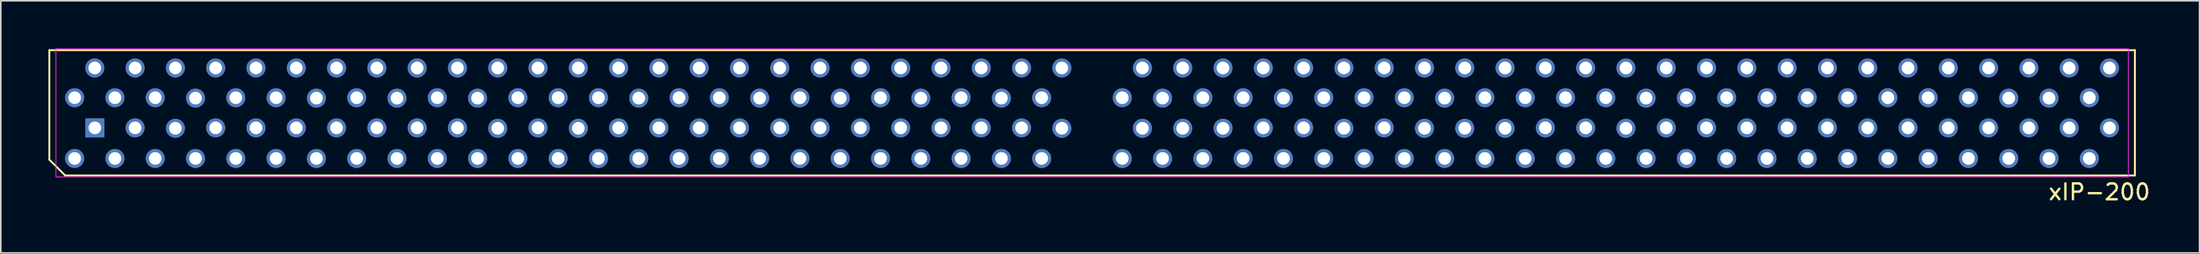
<source format=kicad_pcb>
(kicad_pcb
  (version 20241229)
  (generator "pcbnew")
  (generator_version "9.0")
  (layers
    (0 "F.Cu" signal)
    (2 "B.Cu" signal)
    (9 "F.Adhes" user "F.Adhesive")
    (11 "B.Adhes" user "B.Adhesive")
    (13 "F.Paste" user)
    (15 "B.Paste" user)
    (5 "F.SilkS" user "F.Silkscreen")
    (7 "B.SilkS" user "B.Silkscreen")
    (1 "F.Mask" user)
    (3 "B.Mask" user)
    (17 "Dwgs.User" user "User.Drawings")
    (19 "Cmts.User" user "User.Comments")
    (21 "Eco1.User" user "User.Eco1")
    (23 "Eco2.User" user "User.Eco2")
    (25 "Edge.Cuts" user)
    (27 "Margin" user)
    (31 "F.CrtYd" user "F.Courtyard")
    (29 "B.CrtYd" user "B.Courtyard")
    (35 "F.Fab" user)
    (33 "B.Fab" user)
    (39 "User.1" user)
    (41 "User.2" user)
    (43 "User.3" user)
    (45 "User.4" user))
  (footprint "xIP-200"
    (layer "F.Cu")
    (at 65.795 5.98)
    (property "Reference" "xIP-200" (at 63.496 3.099 0) (layer "F.SilkS") (effects (font (size 1 1) (thickness 0.15))))
    (attr through_hole)
    (fp_line (start -65.735 -5.862) (end 65.735 -5.862) (stroke (width 0.12) (type solid)) (layer "F.SilkS"))
    (fp_line (start -65.735 1.052) (end -65.735 -5.862) (stroke (width 0.12) (type solid)) (layer "F.SilkS"))
    (fp_line (start -64.735 2.053) (end -65.735 1.052) (stroke (width 0.12) (type solid)) (layer "F.SilkS"))
    (fp_line (start 65.735 -5.862) (end 65.735 2.053) (stroke (width 0.12) (type solid)) (layer "F.SilkS"))
    (fp_line (start 65.735 2.053) (end -64.735 2.053) (stroke (width 0.12) (type solid)) (layer "F.SilkS"))
    (fp_line (start -65.32 -5.955) (end 65.32 -5.955) (stroke (width 0.05) (type solid)) (layer "F.CrtYd"))
    (fp_line (start -65.32 2.145) (end -65.32 -5.955) (stroke (width 0.05) (type solid)) (layer "F.CrtYd"))
    (fp_line (start 65.32 -5.955) (end 65.32 2.145) (stroke (width 0.05) (type solid)) (layer "F.CrtYd"))
    (fp_line (start 65.32 2.145) (end -65.32 2.145) (stroke (width 0.05) (type solid)) (layer "F.CrtYd"))
    (pad "1" thru_hole rect (at -62.865 -0.953 180) (size 1.2 1.2) (drill 0.8) (layers "*.Cu" "*.Mask"))
    (pad "2" thru_hole oval (at -64.139 0.978 180) (size 1.2 1.2) (drill 0.8) (layers "*.Cu" "*.Mask"))
    (pad "3" thru_hole oval (at -62.869 -4.737 180) (size 1.2 1.2) (drill 0.8) (layers "*.Cu" "*.Mask"))
    (pad "4" thru_hole oval (at -64.139 -2.857 180) (size 1.2 1.2) (drill 0.8) (layers "*.Cu" "*.Mask"))
    (pad "5" thru_hole oval (at -60.329 -0.953 180) (size 1.2 1.2) (drill 0.8) (layers "*.Cu" "*.Mask"))
    (pad "6" thru_hole oval (at -61.599 0.978 180) (size 1.2 1.2) (drill 0.8) (layers "*.Cu" "*.Mask"))
    (pad "7" thru_hole oval (at -60.329 -4.737 180) (size 1.2 1.2) (drill 0.8) (layers "*.Cu" "*.Mask"))
    (pad "8" thru_hole oval (at -61.599 -2.857 180) (size 1.2 1.2) (drill 0.8) (layers "*.Cu" "*.Mask"))
    (pad "9" thru_hole oval (at -57.789 -0.927 180) (size 1.2 1.2) (drill 0.8) (layers "*.Cu" "*.Mask"))
    (pad "10" thru_hole oval (at -59.059 0.978 180) (size 1.2 1.2) (drill 0.8) (layers "*.Cu" "*.Mask"))
    (pad "11" thru_hole oval (at -57.789 -4.737 180) (size 1.2 1.2) (drill 0.8) (layers "*.Cu" "*.Mask"))
    (pad "12" thru_hole oval (at -59.059 -2.857 180) (size 1.2 1.2) (drill 0.8) (layers "*.Cu" "*.Mask"))
    (pad "13" thru_hole oval (at -55.249 -0.953 180) (size 1.2 1.2) (drill 0.8) (layers "*.Cu" "*.Mask"))
    (pad "14" thru_hole oval (at -56.519 0.978 180) (size 1.2 1.2) (drill 0.8) (layers "*.Cu" "*.Mask"))
    (pad "15" thru_hole oval (at -55.249 -4.737 180) (size 1.2 1.2) (drill 0.8) (layers "*.Cu" "*.Mask"))
    (pad "16" thru_hole oval (at -56.519 -2.832 180) (size 1.2 1.2) (drill 0.8) (layers "*.Cu" "*.Mask"))
    (pad "17" thru_hole oval (at -52.709 -0.953 180) (size 1.2 1.2) (drill 0.8) (layers "*.Cu" "*.Mask"))
    (pad "18" thru_hole oval (at -53.979 0.978 180) (size 1.2 1.2) (drill 0.8) (layers "*.Cu" "*.Mask"))
    (pad "19" thru_hole oval (at -52.709 -4.737 180) (size 1.2 1.2) (drill 0.8) (layers "*.Cu" "*.Mask"))
    (pad "20" thru_hole oval (at -53.979 -2.857 180) (size 1.2 1.2) (drill 0.8) (layers "*.Cu" "*.Mask"))
    (pad "21" thru_hole oval (at -50.169 -0.953 180) (size 1.2 1.2) (drill 0.8) (layers "*.Cu" "*.Mask"))
    (pad "22" thru_hole oval (at -51.439 0.978 180) (size 1.2 1.2) (drill 0.8) (layers "*.Cu" "*.Mask"))
    (pad "23" thru_hole oval (at -50.169 -4.737 180) (size 1.2 1.2) (drill 0.8) (layers "*.Cu" "*.Mask"))
    (pad "24" thru_hole oval (at -51.439 -2.857 180) (size 1.2 1.2) (drill 0.8) (layers "*.Cu" "*.Mask"))
    (pad "25" thru_hole oval (at -47.629 -0.953 180) (size 1.2 1.2) (drill 0.8) (layers "*.Cu" "*.Mask"))
    (pad "26" thru_hole oval (at -48.899 0.978 180) (size 1.2 1.2) (drill 0.8) (layers "*.Cu" "*.Mask"))
    (pad "27" thru_hole oval (at -47.629 -4.737 180) (size 1.2 1.2) (drill 0.8) (layers "*.Cu" "*.Mask"))
    (pad "28" thru_hole oval (at -48.899 -2.832 180) (size 1.2 1.2) (drill 0.8) (layers "*.Cu" "*.Mask"))
    (pad "29" thru_hole oval (at -45.089 -0.953 180) (size 1.2 1.2) (drill 0.8) (layers "*.Cu" "*.Mask"))
    (pad "30" thru_hole oval (at -46.359 0.978 180) (size 1.2 1.2) (drill 0.8) (layers "*.Cu" "*.Mask"))
    (pad "31" thru_hole oval (at -45.089 -4.737 180) (size 1.2 1.2) (drill 0.8) (layers "*.Cu" "*.Mask"))
    (pad "32" thru_hole oval (at -46.359 -2.857 180) (size 1.2 1.2) (drill 0.8) (layers "*.Cu" "*.Mask"))
    (pad "33" thru_hole oval (at -42.549 -0.953 180) (size 1.2 1.2) (drill 0.8) (layers "*.Cu" "*.Mask"))
    (pad "34" thru_hole oval (at -43.819 0.978 180) (size 1.2 1.2) (drill 0.8) (layers "*.Cu" "*.Mask"))
    (pad "35" thru_hole oval (at -42.549 -4.737 180) (size 1.2 1.2) (drill 0.8) (layers "*.Cu" "*.Mask"))
    (pad "36" thru_hole oval (at -43.819 -2.832 180) (size 1.2 1.2) (drill 0.8) (layers "*.Cu" "*.Mask"))
    (pad "37" thru_hole oval (at -40.009 -0.953 180) (size 1.2 1.2) (drill 0.8) (layers "*.Cu" "*.Mask"))
    (pad "38" thru_hole oval (at -41.279 0.978 180) (size 1.2 1.2) (drill 0.8) (layers "*.Cu" "*.Mask"))
    (pad "39" thru_hole oval (at -40.009 -4.737 180) (size 1.2 1.2) (drill 0.8) (layers "*.Cu" "*.Mask"))
    (pad "40" thru_hole oval (at -41.279 -2.857 180) (size 1.2 1.2) (drill 0.8) (layers "*.Cu" "*.Mask"))
    (pad "41" thru_hole oval (at -37.469 -0.927 180) (size 1.2 1.2) (drill 0.8) (layers "*.Cu" "*.Mask"))
    (pad "42" thru_hole oval (at -38.739 0.978 180) (size 1.2 1.2) (drill 0.8) (layers "*.Cu" "*.Mask"))
    (pad "43" thru_hole oval (at -37.469 -4.737 180) (size 1.2 1.2) (drill 0.8) (layers "*.Cu" "*.Mask"))
    (pad "44" thru_hole oval (at -38.739 -2.832 180) (size 1.2 1.2) (drill 0.8) (layers "*.Cu" "*.Mask"))
    (pad "45" thru_hole oval (at -34.929 -0.953 180) (size 1.2 1.2) (drill 0.8) (layers "*.Cu" "*.Mask"))
    (pad "46" thru_hole oval (at -36.199 0.978 180) (size 1.2 1.2) (drill 0.8) (layers "*.Cu" "*.Mask"))
    (pad "47" thru_hole oval (at -34.929 -4.737 180) (size 1.2 1.2) (drill 0.8) (layers "*.Cu" "*.Mask"))
    (pad "48" thru_hole oval (at -36.199 -2.857 180) (size 1.2 1.2) (drill 0.8) (layers "*.Cu" "*.Mask"))
    (pad "49" thru_hole oval (at -32.389 -0.927 180) (size 1.2 1.2) (drill 0.8) (layers "*.Cu" "*.Mask"))
    (pad "50" thru_hole oval (at -33.659 0.978 180) (size 1.2 1.2) (drill 0.8) (layers "*.Cu" "*.Mask"))
    (pad "51" thru_hole oval (at -32.389 -4.737 180) (size 1.2 1.2) (drill 0.8) (layers "*.Cu" "*.Mask"))
    (pad "52" thru_hole oval (at -33.659 -2.857 180) (size 1.2 1.2) (drill 0.8) (layers "*.Cu" "*.Mask"))
    (pad "53" thru_hole oval (at -29.849 -0.953 180) (size 1.2 1.2) (drill 0.8) (layers "*.Cu" "*.Mask"))
    (pad "54" thru_hole oval (at -31.119 0.978 180) (size 1.2 1.2) (drill 0.8) (layers "*.Cu" "*.Mask"))
    (pad "55" thru_hole oval (at -29.849 -4.737 180) (size 1.2 1.2) (drill 0.8) (layers "*.Cu" "*.Mask"))
    (pad "56" thru_hole oval (at -31.119 -2.857 180) (size 1.2 1.2) (drill 0.8) (layers "*.Cu" "*.Mask"))
    (pad "57" thru_hole oval (at -27.309 -0.953 180) (size 1.2 1.2) (drill 0.8) (layers "*.Cu" "*.Mask"))
    (pad "58" thru_hole oval (at -28.579 0.978 180) (size 1.2 1.2) (drill 0.8) (layers "*.Cu" "*.Mask"))
    (pad "59" thru_hole oval (at -27.309 -4.737 180) (size 1.2 1.2) (drill 0.8) (layers "*.Cu" "*.Mask"))
    (pad "60" thru_hole oval (at -28.579 -2.832 180) (size 1.2 1.2) (drill 0.8) (layers "*.Cu" "*.Mask"))
    (pad "61" thru_hole oval (at -24.769 -0.953 180) (size 1.2 1.2) (drill 0.8) (layers "*.Cu" "*.Mask"))
    (pad "62" thru_hole oval (at -26.039 0.978 180) (size 1.2 1.2) (drill 0.8) (layers "*.Cu" "*.Mask"))
    (pad "63" thru_hole oval (at -24.769 -4.737 180) (size 1.2 1.2) (drill 0.8) (layers "*.Cu" "*.Mask"))
    (pad "64" thru_hole oval (at -26.039 -2.857 180) (size 1.2 1.2) (drill 0.8) (layers "*.Cu" "*.Mask"))
    (pad "65" thru_hole oval (at -22.229 -0.953 180) (size 1.2 1.2) (drill 0.8) (layers "*.Cu" "*.Mask"))
    (pad "66" thru_hole oval (at -23.499 0.978 180) (size 1.2 1.2) (drill 0.8) (layers "*.Cu" "*.Mask"))
    (pad "67" thru_hole oval (at -22.229 -4.737 180) (size 1.2 1.2) (drill 0.8) (layers "*.Cu" "*.Mask"))
    (pad "68" thru_hole oval (at -23.499 -2.857 180) (size 1.2 1.2) (drill 0.8) (layers "*.Cu" "*.Mask"))
    (pad "69" thru_hole oval (at -19.689 -0.953 180) (size 1.2 1.2) (drill 0.8) (layers "*.Cu" "*.Mask"))
    (pad "70" thru_hole oval (at -20.959 0.978 180) (size 1.2 1.2) (drill 0.8) (layers "*.Cu" "*.Mask"))
    (pad "71" thru_hole oval (at -19.689 -4.737 180) (size 1.2 1.2) (drill 0.8) (layers "*.Cu" "*.Mask"))
    (pad "72" thru_hole oval (at -20.959 -2.832 180) (size 1.2 1.2) (drill 0.8) (layers "*.Cu" "*.Mask"))
    (pad "73" thru_hole oval (at -17.149 -0.953 180) (size 1.2 1.2) (drill 0.8) (layers "*.Cu" "*.Mask"))
    (pad "74" thru_hole oval (at -18.419 0.978 180) (size 1.2 1.2) (drill 0.8) (layers "*.Cu" "*.Mask"))
    (pad "75" thru_hole oval (at -17.149 -4.737 180) (size 1.2 1.2) (drill 0.8) (layers "*.Cu" "*.Mask"))
    (pad "76" thru_hole oval (at -18.419 -2.857 180) (size 1.2 1.2) (drill 0.8) (layers "*.Cu" "*.Mask"))
    (pad "77" thru_hole oval (at -14.609 -0.953 180) (size 1.2 1.2) (drill 0.8) (layers "*.Cu" "*.Mask"))
    (pad "78" thru_hole oval (at -15.879 0.978 180) (size 1.2 1.2) (drill 0.8) (layers "*.Cu" "*.Mask"))
    (pad "79" thru_hole oval (at -14.609 -4.737 180) (size 1.2 1.2) (drill 0.8) (layers "*.Cu" "*.Mask"))
    (pad "80" thru_hole oval (at -15.879 -2.832 180) (size 1.2 1.2) (drill 0.8) (layers "*.Cu" "*.Mask"))
    (pad "81" thru_hole oval (at -12.069 -0.953 180) (size 1.2 1.2) (drill 0.8) (layers "*.Cu" "*.Mask"))
    (pad "82" thru_hole oval (at -13.339 0.978 180) (size 1.2 1.2) (drill 0.8) (layers "*.Cu" "*.Mask"))
    (pad "83" thru_hole oval (at -12.069 -4.737 180) (size 1.2 1.2) (drill 0.8) (layers "*.Cu" "*.Mask"))
    (pad "84" thru_hole oval (at -13.339 -2.857 180) (size 1.2 1.2) (drill 0.8) (layers "*.Cu" "*.Mask"))
    (pad "85" thru_hole oval (at -9.529 -0.953 180) (size 1.2 1.2) (drill 0.8) (layers "*.Cu" "*.Mask"))
    (pad "86" thru_hole oval (at -10.799 0.978 180) (size 1.2 1.2) (drill 0.8) (layers "*.Cu" "*.Mask"))
    (pad "87" thru_hole oval (at -9.529 -4.737 180) (size 1.2 1.2) (drill 0.8) (layers "*.Cu" "*.Mask"))
    (pad "88" thru_hole oval (at -10.799 -2.832 180) (size 1.2 1.2) (drill 0.8) (layers "*.Cu" "*.Mask"))
    (pad "89" thru_hole oval (at -6.989 -0.953 180) (size 1.2 1.2) (drill 0.8) (layers "*.Cu" "*.Mask"))
    (pad "90" thru_hole oval (at -8.259 0.978 180) (size 1.2 1.2) (drill 0.8) (layers "*.Cu" "*.Mask"))
    (pad "91" thru_hole oval (at -6.989 -4.737 180) (size 1.2 1.2) (drill 0.8) (layers "*.Cu" "*.Mask"))
    (pad "92" thru_hole oval (at -8.259 -2.857 180) (size 1.2 1.2) (drill 0.8) (layers "*.Cu" "*.Mask"))
    (pad "93" thru_hole oval (at -4.449 -0.953 180) (size 1.2 1.2) (drill 0.8) (layers "*.Cu" "*.Mask"))
    (pad "94" thru_hole oval (at -5.719 0.978 180) (size 1.2 1.2) (drill 0.8) (layers "*.Cu" "*.Mask"))
    (pad "95" thru_hole oval (at -4.449 -4.737 180) (size 1.2 1.2) (drill 0.8) (layers "*.Cu" "*.Mask"))
    (pad "96" thru_hole oval (at -5.719 -2.832 180) (size 1.2 1.2) (drill 0.8) (layers "*.Cu" "*.Mask"))
    (pad "97" thru_hole oval (at -1.909 -0.927 180) (size 1.2 1.2) (drill 0.8) (layers "*.Cu" "*.Mask"))
    (pad "98" thru_hole oval (at -3.179 0.978 180) (size 1.2 1.2) (drill 0.8) (layers "*.Cu" "*.Mask"))
    (pad "99" thru_hole oval (at -1.909 -4.737 180) (size 1.2 1.2) (drill 0.8) (layers "*.Cu" "*.Mask"))
    (pad "100" thru_hole oval (at -3.179 -2.857 180) (size 1.2 1.2) (drill 0.8) (layers "*.Cu" "*.Mask"))
    (pad "101" thru_hole oval (at 3.171 -0.927 180) (size 1.2 1.2) (drill 0.8) (layers "*.Cu" "*.Mask"))
    (pad "102" thru_hole oval (at 1.901 0.978 180) (size 1.2 1.2) (drill 0.8) (layers "*.Cu" "*.Mask"))
    (pad "103" thru_hole oval (at 3.171 -4.737 180) (size 1.2 1.2) (drill 0.8) (layers "*.Cu" "*.Mask"))
    (pad "104" thru_hole oval (at 1.901 -2.857 180) (size 1.2 1.2) (drill 0.8) (layers "*.Cu" "*.Mask"))
    (pad "105" thru_hole oval (at 5.711 -0.927 180) (size 1.2 1.2) (drill 0.8) (layers "*.Cu" "*.Mask"))
    (pad "106" thru_hole oval (at 4.441 0.978 180) (size 1.2 1.2) (drill 0.8) (layers "*.Cu" "*.Mask"))
    (pad "107" thru_hole oval (at 5.711 -4.737 180) (size 1.2 1.2) (drill 0.8) (layers "*.Cu" "*.Mask"))
    (pad "108" thru_hole oval (at 4.441 -2.832 180) (size 1.2 1.2) (drill 0.8) (layers "*.Cu" "*.Mask"))
    (pad "109" thru_hole oval (at 8.251 -0.927 180) (size 1.2 1.2) (drill 0.8) (layers "*.Cu" "*.Mask"))
    (pad "110" thru_hole oval (at 6.981 0.978 180) (size 1.2 1.2) (drill 0.8) (layers "*.Cu" "*.Mask"))
    (pad "111" thru_hole oval (at 8.251 -4.737 180) (size 1.2 1.2) (drill 0.8) (layers "*.Cu" "*.Mask"))
    (pad "112" thru_hole oval (at 6.981 -2.857 180) (size 1.2 1.2) (drill 0.8) (layers "*.Cu" "*.Mask"))
    (pad "113" thru_hole oval (at 10.791 -0.953 180) (size 1.2 1.2) (drill 0.8) (layers "*.Cu" "*.Mask"))
    (pad "114" thru_hole oval (at 9.521 0.978 180) (size 1.2 1.2) (drill 0.8) (layers "*.Cu" "*.Mask"))
    (pad "115" thru_hole oval (at 10.791 -4.737 180) (size 1.2 1.2) (drill 0.8) (layers "*.Cu" "*.Mask"))
    (pad "116" thru_hole oval (at 9.521 -2.857 180) (size 1.2 1.2) (drill 0.8) (layers "*.Cu" "*.Mask"))
    (pad "117" thru_hole oval (at 13.331 -0.953 180) (size 1.2 1.2) (drill 0.8) (layers "*.Cu" "*.Mask"))
    (pad "118" thru_hole oval (at 12.061 0.978 180) (size 1.2 1.2) (drill 0.8) (layers "*.Cu" "*.Mask"))
    (pad "119" thru_hole oval (at 13.331 -4.737 180) (size 1.2 1.2) (drill 0.8) (layers "*.Cu" "*.Mask"))
    (pad "120" thru_hole oval (at 12.061 -2.832 180) (size 1.2 1.2) (drill 0.8) (layers "*.Cu" "*.Mask"))
    (pad "121" thru_hole oval (at 15.871 -0.927 180) (size 1.2 1.2) (drill 0.8) (layers "*.Cu" "*.Mask"))
    (pad "122" thru_hole oval (at 14.601 0.978 180) (size 1.2 1.2) (drill 0.8) (layers "*.Cu" "*.Mask"))
    (pad "123" thru_hole oval (at 15.871 -4.737 180) (size 1.2 1.2) (drill 0.8) (layers "*.Cu" "*.Mask"))
    (pad "124" thru_hole oval (at 14.601 -2.857 180) (size 1.2 1.2) (drill 0.8) (layers "*.Cu" "*.Mask"))
    (pad "125" thru_hole oval (at 18.411 -0.953 180) (size 1.2 1.2) (drill 0.8) (layers "*.Cu" "*.Mask"))
    (pad "126" thru_hole oval (at 17.141 0.978 180) (size 1.2 1.2) (drill 0.8) (layers "*.Cu" "*.Mask"))
    (pad "127" thru_hole oval (at 18.411 -4.737 180) (size 1.2 1.2) (drill 0.8) (layers "*.Cu" "*.Mask"))
    (pad "128" thru_hole oval (at 17.141 -2.857 180) (size 1.2 1.2) (drill 0.8) (layers "*.Cu" "*.Mask"))
    (pad "129" thru_hole oval (at 20.951 -0.927 180) (size 1.2 1.2) (drill 0.8) (layers "*.Cu" "*.Mask"))
    (pad "130" thru_hole oval (at 19.681 0.978 180) (size 1.2 1.2) (drill 0.8) (layers "*.Cu" "*.Mask"))
    (pad "131" thru_hole oval (at 20.951 -4.737 180) (size 1.2 1.2) (drill 0.8) (layers "*.Cu" "*.Mask"))
    (pad "132" thru_hole oval (at 19.681 -2.857 180) (size 1.2 1.2) (drill 0.8) (layers "*.Cu" "*.Mask"))
    (pad "133" thru_hole oval (at 23.491 -0.927 180) (size 1.2 1.2) (drill 0.8) (layers "*.Cu" "*.Mask"))
    (pad "134" thru_hole oval (at 22.221 0.978 180) (size 1.2 1.2) (drill 0.8) (layers "*.Cu" "*.Mask"))
    (pad "135" thru_hole oval (at 23.491 -4.737 180) (size 1.2 1.2) (drill 0.8) (layers "*.Cu" "*.Mask"))
    (pad "136" thru_hole oval (at 22.221 -2.832 180) (size 1.2 1.2) (drill 0.8) (layers "*.Cu" "*.Mask"))
    (pad "137" thru_hole oval (at 26.031 -0.927 180) (size 1.2 1.2) (drill 0.8) (layers "*.Cu" "*.Mask"))
    (pad "138" thru_hole oval (at 24.761 0.978 180) (size 1.2 1.2) (drill 0.8) (layers "*.Cu" "*.Mask"))
    (pad "139" thru_hole oval (at 26.031 -4.737 180) (size 1.2 1.2) (drill 0.8) (layers "*.Cu" "*.Mask"))
    (pad "140" thru_hole oval (at 24.761 -2.857 180) (size 1.2 1.2) (drill 0.8) (layers "*.Cu" "*.Mask"))
    (pad "141" thru_hole oval (at 28.571 -0.953 180) (size 1.2 1.2) (drill 0.8) (layers "*.Cu" "*.Mask"))
    (pad "142" thru_hole oval (at 27.301 0.978 180) (size 1.2 1.2) (drill 0.8) (layers "*.Cu" "*.Mask"))
    (pad "143" thru_hole oval (at 28.571 -4.737 180) (size 1.2 1.2) (drill 0.8) (layers "*.Cu" "*.Mask"))
    (pad "144" thru_hole oval (at 27.301 -2.857 180) (size 1.2 1.2) (drill 0.8) (layers "*.Cu" "*.Mask"))
    (pad "145" thru_hole oval (at 31.115 -0.953 180) (size 1.2 1.2) (drill 0.8) (layers "*.Cu" "*.Mask"))
    (pad "146" thru_hole oval (at 29.841 0.978 180) (size 1.2 1.2) (drill 0.8) (layers "*.Cu" "*.Mask"))
    (pad "147" thru_hole oval (at 31.111 -4.737 180) (size 1.2 1.2) (drill 0.8) (layers "*.Cu" "*.Mask"))
    (pad "148" thru_hole oval (at 29.841 -2.857 180) (size 1.2 1.2) (drill 0.8) (layers "*.Cu" "*.Mask"))
    (pad "149" thru_hole oval (at 33.651 -0.927 180) (size 1.2 1.2) (drill 0.8) (layers "*.Cu" "*.Mask"))
    (pad "150" thru_hole oval (at 32.381 0.978 180) (size 1.2 1.2) (drill 0.8) (layers "*.Cu" "*.Mask"))
    (pad "151" thru_hole oval (at 33.651 -4.737 180) (size 1.2 1.2) (drill 0.8) (layers "*.Cu" "*.Mask"))
    (pad "152" thru_hole oval (at 32.381 -2.857 180) (size 1.2 1.2) (drill 0.8) (layers "*.Cu" "*.Mask"))
    (pad "153" thru_hole oval (at 36.191 -0.953 180) (size 1.2 1.2) (drill 0.8) (layers "*.Cu" "*.Mask"))
    (pad "154" thru_hole oval (at 34.921 0.978 180) (size 1.2 1.2) (drill 0.8) (layers "*.Cu" "*.Mask"))
    (pad "155" thru_hole oval (at 36.191 -4.737 180) (size 1.2 1.2) (drill 0.8) (layers "*.Cu" "*.Mask"))
    (pad "156" thru_hole oval (at 34.921 -2.832 180) (size 1.2 1.2) (drill 0.8) (layers "*.Cu" "*.Mask"))
    (pad "157" thru_hole oval (at 38.731 -0.953 180) (size 1.2 1.2) (drill 0.8) (layers "*.Cu" "*.Mask"))
    (pad "158" thru_hole oval (at 37.461 0.978 180) (size 1.2 1.2) (drill 0.8) (layers "*.Cu" "*.Mask"))
    (pad "159" thru_hole oval (at 38.731 -4.737 180) (size 1.2 1.2) (drill 0.8) (layers "*.Cu" "*.Mask"))
    (pad "160" thru_hole oval (at 37.461 -2.857 180) (size 1.2 1.2) (drill 0.8) (layers "*.Cu" "*.Mask"))
    (pad "161" thru_hole oval (at 41.275 -0.953 180) (size 1.2 1.2) (drill 0.8) (layers "*.Cu" "*.Mask"))
    (pad "162" thru_hole oval (at 40.001 0.978 180) (size 1.2 1.2) (drill 0.8) (layers "*.Cu" "*.Mask"))
    (pad "163" thru_hole oval (at 41.271 -4.737 180) (size 1.2 1.2) (drill 0.8) (layers "*.Cu" "*.Mask"))
    (pad "164" thru_hole oval (at 40.001 -2.857 180) (size 1.2 1.2) (drill 0.8) (layers "*.Cu" "*.Mask"))
    (pad "165" thru_hole oval (at 43.815 -0.953 180) (size 1.2 1.2) (drill 0.8) (layers "*.Cu" "*.Mask"))
    (pad "166" thru_hole oval (at 42.541 0.978 180) (size 1.2 1.2) (drill 0.8) (layers "*.Cu" "*.Mask"))
    (pad "167" thru_hole oval (at 43.811 -4.737 180) (size 1.2 1.2) (drill 0.8) (layers "*.Cu" "*.Mask"))
    (pad "168" thru_hole oval (at 42.541 -2.857 180) (size 1.2 1.2) (drill 0.8) (layers "*.Cu" "*.Mask"))
    (pad "169" thru_hole oval (at 46.351 -0.953 180) (size 1.2 1.2) (drill 0.8) (layers "*.Cu" "*.Mask"))
    (pad "170" thru_hole oval (at 45.081 0.978 180) (size 1.2 1.2) (drill 0.8) (layers "*.Cu" "*.Mask"))
    (pad "171" thru_hole oval (at 46.351 -4.737 180) (size 1.2 1.2) (drill 0.8) (layers "*.Cu" "*.Mask"))
    (pad "172" thru_hole oval (at 45.081 -2.857 180) (size 1.2 1.2) (drill 0.8) (layers "*.Cu" "*.Mask"))
    (pad "173" thru_hole oval (at 48.891 -0.953 180) (size 1.2 1.2) (drill 0.8) (layers "*.Cu" "*.Mask"))
    (pad "174" thru_hole oval (at 47.621 0.978 180) (size 1.2 1.2) (drill 0.8) (layers "*.Cu" "*.Mask"))
    (pad "175" thru_hole oval (at 48.891 -4.737 180) (size 1.2 1.2) (drill 0.8) (layers "*.Cu" "*.Mask"))
    (pad "176" thru_hole oval (at 47.621 -2.857 180) (size 1.2 1.2) (drill 0.8) (layers "*.Cu" "*.Mask"))
    (pad "177" thru_hole oval (at 51.431 -0.953 180) (size 1.2 1.2) (drill 0.8) (layers "*.Cu" "*.Mask"))
    (pad "178" thru_hole oval (at 50.161 0.978 180) (size 1.2 1.2) (drill 0.8) (layers "*.Cu" "*.Mask"))
    (pad "179" thru_hole oval (at 51.431 -4.737 180) (size 1.2 1.2) (drill 0.8) (layers "*.Cu" "*.Mask"))
    (pad "180" thru_hole oval (at 50.161 -2.857 180) (size 1.2 1.2) (drill 0.8) (layers "*.Cu" "*.Mask"))
    (pad "181" thru_hole oval (at 53.971 -0.953 180) (size 1.2 1.2) (drill 0.8) (layers "*.Cu" "*.Mask"))
    (pad "182" thru_hole oval (at 52.701 0.978 180) (size 1.2 1.2) (drill 0.8) (layers "*.Cu" "*.Mask"))
    (pad "183" thru_hole oval (at 53.971 -4.737 180) (size 1.2 1.2) (drill 0.8) (layers "*.Cu" "*.Mask"))
    (pad "184" thru_hole oval (at 52.701 -2.857 180) (size 1.2 1.2) (drill 0.8) (layers "*.Cu" "*.Mask"))
    (pad "185" thru_hole oval (at 56.511 -0.953 180) (size 1.2 1.2) (drill 0.8) (layers "*.Cu" "*.Mask"))
    (pad "186" thru_hole oval (at 55.241 0.978 180) (size 1.2 1.2) (drill 0.8) (layers "*.Cu" "*.Mask"))
    (pad "187" thru_hole oval (at 56.511 -4.737 180) (size 1.2 1.2) (drill 0.8) (layers "*.Cu" "*.Mask"))
    (pad "188" thru_hole oval (at 55.241 -2.857 180) (size 1.2 1.2) (drill 0.8) (layers "*.Cu" "*.Mask"))
    (pad "189" thru_hole oval (at 59.051 -0.953 180) (size 1.2 1.2) (drill 0.8) (layers "*.Cu" "*.Mask"))
    (pad "190" thru_hole oval (at 57.781 0.978 180) (size 1.2 1.2) (drill 0.8) (layers "*.Cu" "*.Mask"))
    (pad "191" thru_hole oval (at 59.051 -4.737 180) (size 1.2 1.2) (drill 0.8) (layers "*.Cu" "*.Mask"))
    (pad "192" thru_hole oval (at 57.781 -2.832 180) (size 1.2 1.2) (drill 0.8) (layers "*.Cu" "*.Mask"))
    (pad "193" thru_hole oval (at 61.591 -0.953 180) (size 1.2 1.2) (drill 0.8) (layers "*.Cu" "*.Mask"))
    (pad "194" thru_hole oval (at 60.321 0.978 180) (size 1.2 1.2) (drill 0.8) (layers "*.Cu" "*.Mask"))
    (pad "195" thru_hole oval (at 61.591 -4.737 180) (size 1.2 1.2) (drill 0.8) (layers "*.Cu" "*.Mask"))
    (pad "196" thru_hole oval (at 60.321 -2.832 180) (size 1.2 1.2) (drill 0.8) (layers "*.Cu" "*.Mask"))
    (pad "197" thru_hole oval (at 64.131 -0.953 180) (size 1.2 1.2) (drill 0.8) (layers "*.Cu" "*.Mask"))
    (pad "198" thru_hole oval (at 62.861 0.978 180) (size 1.2 1.2) (drill 0.8) (layers "*.Cu" "*.Mask"))
    (pad "199" thru_hole oval (at 64.131 -4.737 180) (size 1.2 1.2) (drill 0.8) (layers "*.Cu" "*.Mask"))
    (pad "200" thru_hole oval (at 62.861 -2.857 180) (size 1.2 1.2) (drill 0.8) (layers "*.Cu" "*.Mask")))
  (gr_rect
    (start -3 -3)
    (end 135.606 12.927)
    (stroke (width 0.1) (type default))
    (fill no)
    (layer "Edge.Cuts")))
</source>
